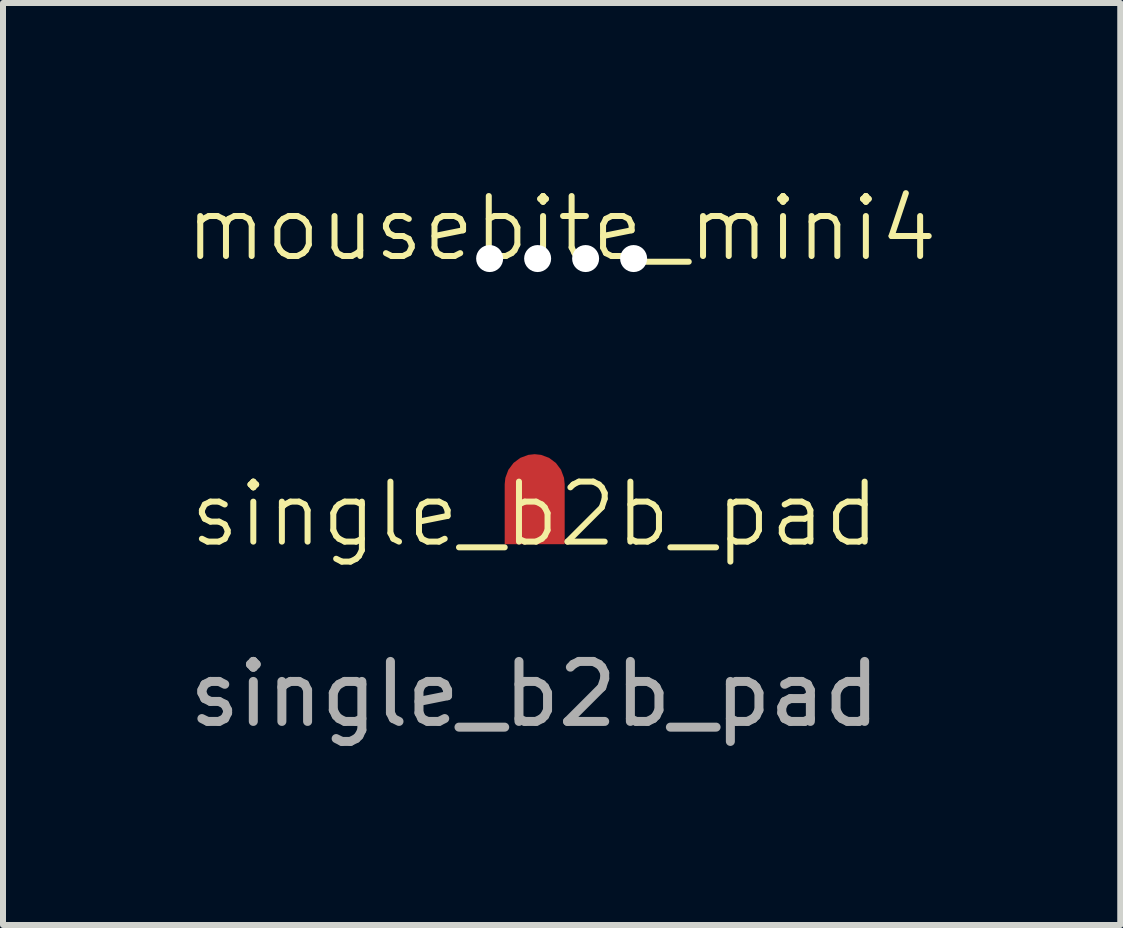
<source format=kicad_pcb>
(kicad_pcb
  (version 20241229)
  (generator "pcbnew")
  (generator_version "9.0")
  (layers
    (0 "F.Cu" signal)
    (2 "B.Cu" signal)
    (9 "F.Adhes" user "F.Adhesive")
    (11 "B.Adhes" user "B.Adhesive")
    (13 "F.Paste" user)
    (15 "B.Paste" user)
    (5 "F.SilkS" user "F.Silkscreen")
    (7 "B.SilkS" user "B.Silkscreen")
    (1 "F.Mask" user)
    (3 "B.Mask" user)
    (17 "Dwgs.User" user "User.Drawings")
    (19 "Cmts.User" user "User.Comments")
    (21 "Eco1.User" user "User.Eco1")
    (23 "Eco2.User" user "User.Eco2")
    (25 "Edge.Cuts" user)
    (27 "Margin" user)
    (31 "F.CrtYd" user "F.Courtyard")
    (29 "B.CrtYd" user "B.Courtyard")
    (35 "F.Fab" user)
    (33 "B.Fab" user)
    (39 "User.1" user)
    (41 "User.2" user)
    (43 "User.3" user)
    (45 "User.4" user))
  (footprint "single_b2b_pad"
    (layer "F.Cu")
    (at 5.863 6.021)
    (property "Reference" "single_b2b_pad" (at 0 -0.5 0) (unlocked yes) (layer "F.SilkS") (effects (font (size 1 1) (thickness 0.1))))
    (attr smd)
    (fp_text user "${REFERENCE}" (at 0 2.5 0) (unlocked yes) (layer "F.Fab") (effects (font (size 1 1) (thickness 0.15))))
    (pad "1" smd roundrect (at 0 -1 90) (size 1.5 1) (drill (offset -0.25 0)) (layers "F.Cu" "F.Mask") (roundrect_rratio 0.5) (chamfer_ratio 0) (chamfer top_left bottom_left)))
  (footprint "mousebite_mini4"
    (layer "F.Cu")
    (at 6.312 1.26)
    (property "Reference" "mousebite_mini4" (at 0 -0.5 0) (unlocked yes) (layer "F.SilkS") (effects (font (size 1 1) (thickness 0.1))))
    (attr smd)
    (pad "" np_thru_hole circle (at -1.2 0) (size 0.45 0.45) (drill 0.45) (layers "*.Cu"))
    (pad "" np_thru_hole circle (at -0.4 0) (size 0.45 0.45) (drill 0.45) (layers "*.Cu"))
    (pad "" np_thru_hole circle (at 0.4 0) (size 0.45 0.45) (drill 0.45) (layers "*.Cu"))
    (pad "" np_thru_hole circle (at 1.2 0) (size 0.45 0.45) (drill 0.45) (layers "*.Cu")))
  (gr_rect
    (start -3 -3)
    (end 15.624 12.369)
    (stroke (width 0.1) (type default))
    (fill no)
    (layer "Edge.Cuts")))
</source>
